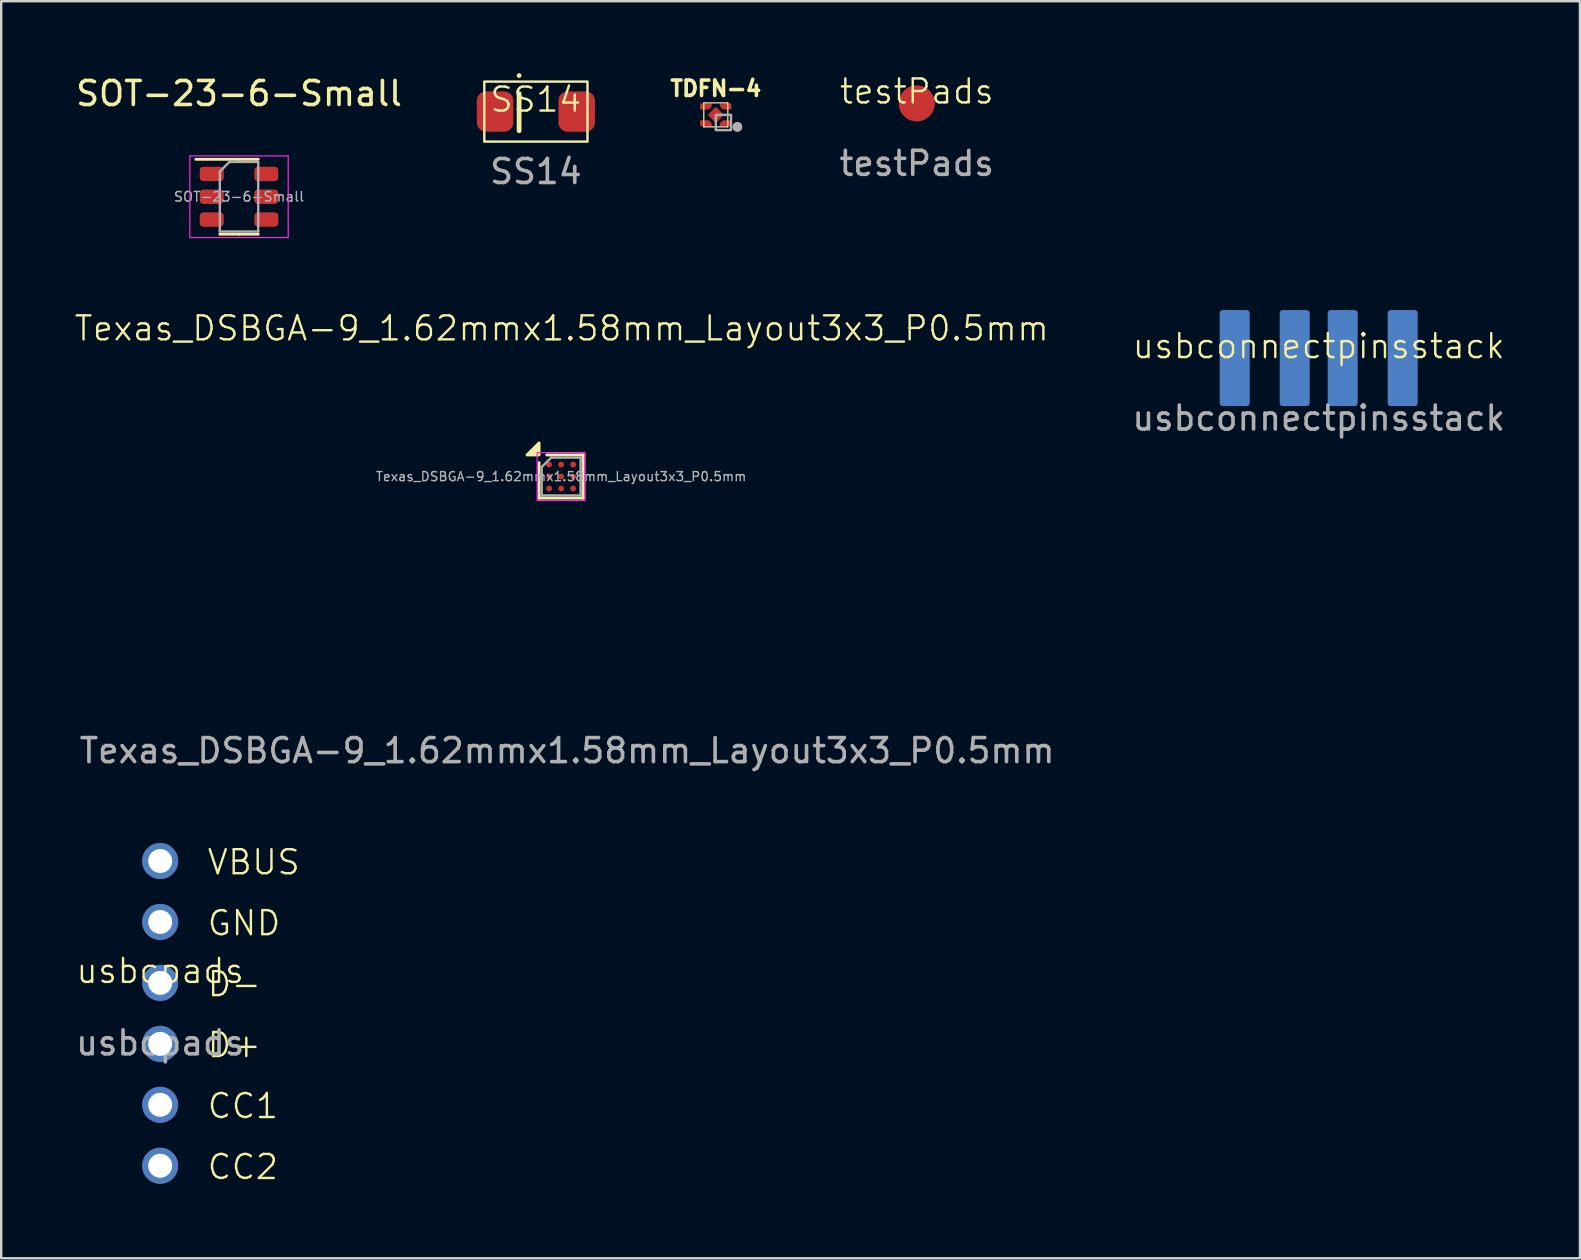
<source format=kicad_pcb>
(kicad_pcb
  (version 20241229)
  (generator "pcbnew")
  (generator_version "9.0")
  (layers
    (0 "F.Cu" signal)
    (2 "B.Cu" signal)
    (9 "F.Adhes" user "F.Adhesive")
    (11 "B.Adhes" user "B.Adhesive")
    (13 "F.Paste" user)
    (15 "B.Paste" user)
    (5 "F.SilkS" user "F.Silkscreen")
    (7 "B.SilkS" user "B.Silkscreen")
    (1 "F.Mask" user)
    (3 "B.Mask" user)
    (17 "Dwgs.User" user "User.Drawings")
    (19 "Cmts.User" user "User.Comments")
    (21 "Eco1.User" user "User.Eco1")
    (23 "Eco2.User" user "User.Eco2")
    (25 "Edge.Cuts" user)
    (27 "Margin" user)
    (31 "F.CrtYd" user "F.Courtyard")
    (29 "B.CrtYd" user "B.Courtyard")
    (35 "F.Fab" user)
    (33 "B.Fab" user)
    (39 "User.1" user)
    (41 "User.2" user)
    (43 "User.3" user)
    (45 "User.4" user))
  (footprint "Texas_DSBGA-9_1.62mmx1.58mm_Layout3x3_P0.5mm"
    (layer "F.Cu")
    (at 20.335 16.809)
    (property "Reference" "Texas_DSBGA-9_1.62mmx1.58mm_Layout3x3_P0.5mm" (at 0.025 -6.175 0) (unlocked yes) (layer "F.SilkS") (effects (font (size 1 1) (thickness 0.1))))
    (attr smd)
    (fp_line (start -0.92 0.9) (end -0.92 -0.58) (stroke (width 0.12) (type solid)) (layer "F.SilkS"))
    (fp_line (start 0.92 -0.9) (end -0.6 -0.9) (stroke (width 0.12) (type solid)) (layer "F.SilkS"))
    (fp_line (start 0.92 -0.9) (end 0.92 0.9) (stroke (width 0.12) (type solid)) (layer "F.SilkS"))
    (fp_line (start 0.92 0.9) (end -0.92 0.9) (stroke (width 0.12) (type solid)) (layer "F.SilkS"))
    (fp_poly (pts (xy -0.92 -0.9) (xy -1.42 -0.9) (xy -0.92 -1.4) (xy -0.92 -0.9)) (stroke (width 0.12) (type solid)) (fill yes) (layer "F.SilkS"))
    (fp_rect (start -1 -1) (end 1 1) (stroke (width 0.05) (type default)) (fill no) (layer "F.CrtYd"))
    (fp_line (start -0.81 -0.395) (end -0.415 -0.79) (stroke (width 0.1) (type solid)) (layer "F.Fab"))
    (fp_line (start -0.81 0.79) (end -0.81 -0.395) (stroke (width 0.1) (type solid)) (layer "F.Fab"))
    (fp_line (start -0.415 -0.79) (end 0.81 -0.79) (stroke (width 0.1) (type solid)) (layer "F.Fab"))
    (fp_line (start 0.81 -0.79) (end 0.81 0.79) (stroke (width 0.1) (type solid)) (layer "F.Fab"))
    (fp_line (start 0.81 0.79) (end -0.81 0.79) (stroke (width 0.1) (type solid)) (layer "F.Fab"))
    (fp_text user "${REFERENCE}" (at 0.25 11.425 0) (unlocked yes) (layer "F.Fab") (effects (font (size 1 1) (thickness 0.15))))
    (fp_text user "${REFERENCE}" (at 0 0 0) (layer "F.Fab") (effects (font (size 0.38 0.38) (thickness 0.057))))
    (pad "A1" smd circle (at -0.5 -0.5) (size 0.245 0.245) (property pad_prop_bga) (layers "F.Cu" "F.Mask" "F.Paste"))
    (pad "A2" smd circle (at 0 -0.5) (size 0.245 0.245) (property pad_prop_bga) (layers "F.Cu" "F.Mask" "F.Paste"))
    (pad "A3" smd circle (at 0.5 -0.5) (size 0.245 0.245) (property pad_prop_bga) (layers "F.Cu" "F.Mask" "F.Paste"))
    (pad "B1" smd circle (at -0.5 0) (size 0.245 0.245) (property pad_prop_bga) (layers "F.Cu" "F.Mask" "F.Paste"))
    (pad "B2" smd circle (at 0 0) (size 0.245 0.245) (property pad_prop_bga) (layers "F.Cu" "F.Mask" "F.Paste"))
    (pad "B3" smd circle (at 0.5 0) (size 0.245 0.245) (property pad_prop_bga) (layers "F.Cu" "F.Mask" "F.Paste"))
    (pad "C1" smd circle (at -0.5 0.5) (size 0.245 0.245) (property pad_prop_bga) (layers "F.Cu" "F.Mask" "F.Paste"))
    (pad "C2" smd circle (at 0 0.5) (size 0.245 0.245) (property pad_prop_bga) (layers "F.Cu" "F.Mask" "F.Paste"))
    (pad "C3" smd circle (at 0.5 0.5) (size 0.245 0.245) (property pad_prop_bga) (layers "F.Cu" "F.Mask" "F.Paste")))
  (footprint "TDFN-4"
    (layer "F.Cu")
    (at 26.781 1.738)
    (property "Reference" "TDFN-4" (at 0 -1.1 0) (layer "F.SilkS") (effects (font (size 0.64 0.64) (thickness 0.15))))
    (attr smd)
    (fp_poly (pts (xy -0.35 0.225) (xy -0.17 0.405) (xy -0.17 0.475) (xy -0.65 0.475) (xy -0.65 0.225)) (stroke (width 0) (type default)) (fill yes) (layer "F.Mask"))
    (fp_line (start -0.5 -0.5) (end 0.5 -0.5) (stroke (width 0.05) (type solid)) (layer "F.SilkS"))
    (fp_line (start -0.5 0.5) (end -0.5 -0.5) (stroke (width 0.05) (type solid)) (layer "F.SilkS"))
    (fp_line (start 0.5 -0.5) (end 0.5 0.5) (stroke (width 0.05) (type solid)) (layer "F.SilkS"))
    (fp_line (start 0.5 0.5) (end -0.5 0.5) (stroke (width 0.05) (type solid)) (layer "F.SilkS"))
    (fp_circle (center 0.9 0.5) (end 1 0.5) (stroke (width 0.2) (type solid)) (fill no) (layer "F.SilkS"))
    (fp_poly (pts (xy -0.35 0.225) (xy -0.17 0.405) (xy -0.17 0.475) (xy -0.65 0.475) (xy -0.65 0.225)) (stroke (width 0) (type default)) (fill yes) (layer "F.Paste"))
    (fp_poly (pts (xy -0.17 -0.475) (xy -0.17 -0.405) (xy -0.35 -0.225) (xy -0.65 -0.225) (xy -0.65 -0.475)) (stroke (width 0) (type default)) (fill yes) (layer "F.Paste"))
    (fp_poly (pts (xy 0.35 0.225) (xy 0.65 0.225) (xy 0.65 0.475) (xy 0.17 0.475) (xy 0.17 0.405)) (stroke (width 0) (type default)) (fill yes) (layer "F.Paste"))
    (fp_rect (start 0 0) (end 0.635 0.635) (stroke (width 0.1) (type default)) (fill no) (layer "F.Fab"))
    (fp_circle (center 0.9 0.5) (end 1 0.5) (stroke (width 0.2) (type solid)) (fill no) (layer "F.Fab"))
    (pad "1" smd roundrect (at 0.41 0.35 90) (size 0.25 0.48) (layers "F.Cu" "F.Mask" "F.Paste") (roundrect_rratio 0) (chamfer_ratio 0.5) (chamfer top_right))
    (pad "2" smd roundrect (at 0.41 -0.35 90) (size 0.25 0.48) (layers "F.Cu" "F.Mask" "F.Paste") (roundrect_rratio 0) (chamfer_ratio 0.5) (chamfer top_left))
    (pad "3" smd roundrect (at -0.41 -0.35 90) (size 0.25 0.48) (layers "F.Cu" "F.Mask" "F.Paste") (roundrect_rratio 0) (chamfer_ratio 0.5) (chamfer bottom_left))
    (pad "4" smd roundrect (at -0.41 0.35 90) (size 0.25 0.48) (layers "F.Cu" "F.Mask" "F.Paste") (roundrect_rratio 0) (chamfer_ratio 0.5) (chamfer bottom_right))
    (pad "5" smd roundrect (at 0 0 135) (size 0.48 0.48) (layers "F.Cu" "F.Mask" "F.Paste") (roundrect_rratio 0.106)))
  (footprint "SS14"
    (layer "F.Cu")
    (at 19.283 1.6)
    (property "Reference" "SS14" (at 0 -0.5 0) (unlocked yes) (layer "F.SilkS") (effects (font (size 1 1) (thickness 0.1))))
    (attr smd)
    (fp_line (start -0.7 -1.5) (end -0.7 -1.5) (stroke (width 0.2) (type default)) (layer "F.SilkS"))
    (fp_line (start -0.7 0.8) (end -0.7 -0.75) (stroke (width 0.2) (type default)) (layer "F.SilkS"))
    (fp_rect (start -2.15 -1.25) (end 2.15 1.25) (stroke (width 0.1) (type default)) (fill no) (layer "F.SilkS"))
    (fp_text user "${REFERENCE}" (at 0 2.5 0) (unlocked yes) (layer "F.Fab") (effects (font (size 1 1) (thickness 0.15))))
    (pad "1" smd roundrect (at -1.7 0) (size 1.524 1.68) (layers "F.Cu" "F.Mask" "F.Paste") (roundrect_rratio 0.25))
    (pad "2" smd roundrect (at 1.7 0) (size 1.524 1.68) (layers "F.Cu" "F.Mask" "F.Paste") (roundrect_rratio 0.25)))
  (footprint "usbcpads"
    (layer "F.Cu")
    (at 3.625 37.912)
    (property "Reference" "usbcpads" (at 0 -0.5 0) (unlocked yes) (layer "F.SilkS") (effects (font (size 1 1) (thickness 0.1))))
    (attr smd)
    (fp_text user "GND" (at 1.905 -1.905 0) (unlocked yes) (layer "F.SilkS") (effects (font (size 1 1) (thickness 0.1)) (justify left bottom)))
    (fp_text user "CC2" (at 1.905 8.255 0) (unlocked yes) (layer "F.SilkS") (effects (font (size 1 1) (thickness 0.1)) (justify left bottom)))
    (fp_text user "D+" (at 1.905 3.175 0) (unlocked yes) (layer "F.SilkS") (effects (font (size 1 1) (thickness 0.1)) (justify left bottom)))
    (fp_text user "VBUS" (at 1.905 -4.445 0) (unlocked yes) (layer "F.SilkS") (effects (font (size 1 1) (thickness 0.1)) (justify left bottom)))
    (fp_text user "D-" (at 1.905 0.635 0) (unlocked yes) (layer "F.SilkS") (effects (font (size 1 1) (thickness 0.1)) (justify left bottom)))
    (fp_text user "CC1" (at 1.905 5.715 0) (unlocked yes) (layer "F.SilkS") (effects (font (size 1 1) (thickness 0.1)) (justify left bottom)))
    (fp_text user "${REFERENCE}" (at 0 2.5 0) (unlocked yes) (layer "F.Fab") (effects (font (size 1 1) (thickness 0.15))))
    (pad "1" thru_hole circle (at 0 -5.08) (size 1.5 1.5) (drill 1) (layers "*.Cu" "*.Mask"))
    (pad "2" thru_hole circle (at 0 -2.54) (size 1.5 1.5) (drill 1) (layers "*.Cu" "*.Mask"))
    (pad "3" thru_hole circle (at 0 0) (size 1.5 1.5) (drill 1) (layers "*.Cu" "*.Mask"))
    (pad "4" thru_hole circle (at 0 2.54) (size 1.5 1.5) (drill 1) (layers "*.Cu" "*.Mask"))
    (pad "5" thru_hole circle (at 0 5.08) (size 1.5 1.5) (drill 1) (layers "*.Cu" "*.Mask"))
    (pad "6" thru_hole circle (at 0 7.62) (size 1.5 1.5) (drill 1) (layers "*.Cu" "*.Mask")))
  (footprint "usbconnectpinsstack"
    (layer "F.Cu")
    (at 51.906 11.873)
    (property "Reference" "usbconnectpinsstack" (at 0 -0.5 0) (unlocked yes) (layer "F.SilkS") (effects (font (size 1 1) (thickness 0.1))))
    (attr smd)
    (fp_text user "${REFERENCE}" (at 0 2.5 0) (unlocked yes) (layer "F.Fab") (effects (font (size 1 1) (thickness 0.15))))
    (pad "1" smd roundrect (at 3.5 0 180) (size 1.25 4) (layers "B.Cu" "B.Mask" "B.Paste") (roundrect_rratio 0.1))
    (pad "2" smd roundrect (at 1 0 180) (size 1.25 4) (layers "B.Cu" "B.Mask" "B.Paste") (roundrect_rratio 0.1))
    (pad "3" smd roundrect (at -1 0 180) (size 1.25 4) (layers "B.Cu" "B.Mask" "B.Paste") (roundrect_rratio 0.1))
    (pad "4" smd roundrect (at -3.5 0 180) (size 1.25 4) (layers "B.Cu" "B.Mask" "B.Paste") (roundrect_rratio 0.1)))
  (footprint "SOT-23-6-Small"
    (layer "F.Cu")
    (at 6.911 5.148)
    (property "Reference" "SOT-23-6-Small" (at 0 -4.3 0) (unlocked yes) (layer "F.SilkS") (effects (font (size 1 1) (thickness 0.15))))
    (attr smd)
    (fp_line (start 0 -1.56) (end -1.8 -1.56) (stroke (width 0.12) (type solid)) (layer "F.SilkS"))
    (fp_line (start 0 -1.56) (end 0.8 -1.56) (stroke (width 0.12) (type solid)) (layer "F.SilkS"))
    (fp_line (start 0 1.56) (end -0.8 1.56) (stroke (width 0.12) (type solid)) (layer "F.SilkS"))
    (fp_line (start 0 1.56) (end 0.8 1.56) (stroke (width 0.12) (type solid)) (layer "F.SilkS"))
    (fp_line (start -2.05 -1.7) (end -2.05 1.7) (stroke (width 0.05) (type solid)) (layer "F.CrtYd"))
    (fp_line (start -2.05 1.7) (end 2.05 1.7) (stroke (width 0.05) (type solid)) (layer "F.CrtYd"))
    (fp_line (start 2.05 -1.7) (end -2.05 -1.7) (stroke (width 0.05) (type solid)) (layer "F.CrtYd"))
    (fp_line (start 2.05 1.7) (end 2.05 -1.7) (stroke (width 0.05) (type solid)) (layer "F.CrtYd"))
    (fp_line (start -0.8 -1.05) (end -0.4 -1.45) (stroke (width 0.1) (type solid)) (layer "F.Fab"))
    (fp_line (start -0.8 1.45) (end -0.8 -1.05) (stroke (width 0.1) (type solid)) (layer "F.Fab"))
    (fp_line (start -0.4 -1.45) (end 0.8 -1.45) (stroke (width 0.1) (type solid)) (layer "F.Fab"))
    (fp_line (start 0.8 -1.45) (end 0.8 1.45) (stroke (width 0.1) (type solid)) (layer "F.Fab"))
    (fp_line (start 0.8 1.45) (end -0.8 1.45) (stroke (width 0.1) (type solid)) (layer "F.Fab"))
    (fp_text user "${REFERENCE}" (at 0 0 0) (layer "F.Fab") (effects (font (size 0.4 0.4) (thickness 0.06))))
    (pad "1" smd roundrect (at -1.137 -0.95) (size 1 0.6) (layers "F.Cu" "F.Mask" "F.Paste") (roundrect_rratio 0.25))
    (pad "2" smd roundrect (at -1.137 0) (size 1 0.6) (layers "F.Cu" "F.Mask" "F.Paste") (roundrect_rratio 0.25))
    (pad "3" smd roundrect (at -1.137 0.95) (size 1 0.6) (layers "F.Cu" "F.Mask" "F.Paste") (roundrect_rratio 0.25))
    (pad "4" smd roundrect (at 1.137 0.95) (size 1 0.6) (layers "F.Cu" "F.Mask" "F.Paste") (roundrect_rratio 0.25))
    (pad "5" smd roundrect (at 1.137 0) (size 1 0.6) (layers "F.Cu" "F.Mask" "F.Paste") (roundrect_rratio 0.25))
    (pad "6" smd roundrect (at 1.137 -0.95) (size 1 0.6) (layers "F.Cu" "F.Mask" "F.Paste") (roundrect_rratio 0.25)))
  (footprint "testPads"
    (layer "F.Cu")
    (at 35.155 1.26)
    (property "Reference" "testPads" (at 0 -0.5 0) (unlocked yes) (layer "F.SilkS") (effects (font (size 1 1) (thickness 0.1))))
    (attr smd)
    (fp_text user "${REFERENCE}" (at 0 2.5 0) (unlocked yes) (layer "F.Fab") (effects (font (size 1 1) (thickness 0.15))))
    (pad "1" smd circle (at 0 0) (size 1.5 1.5) (layers "F.Cu" "F.Mask" "F.Paste")))
  (gr_rect
    (start -3 -3)
    (end 62.793 49.388)
    (stroke (width 0.1) (type default))
    (fill no)
    (layer "Edge.Cuts")))
</source>
